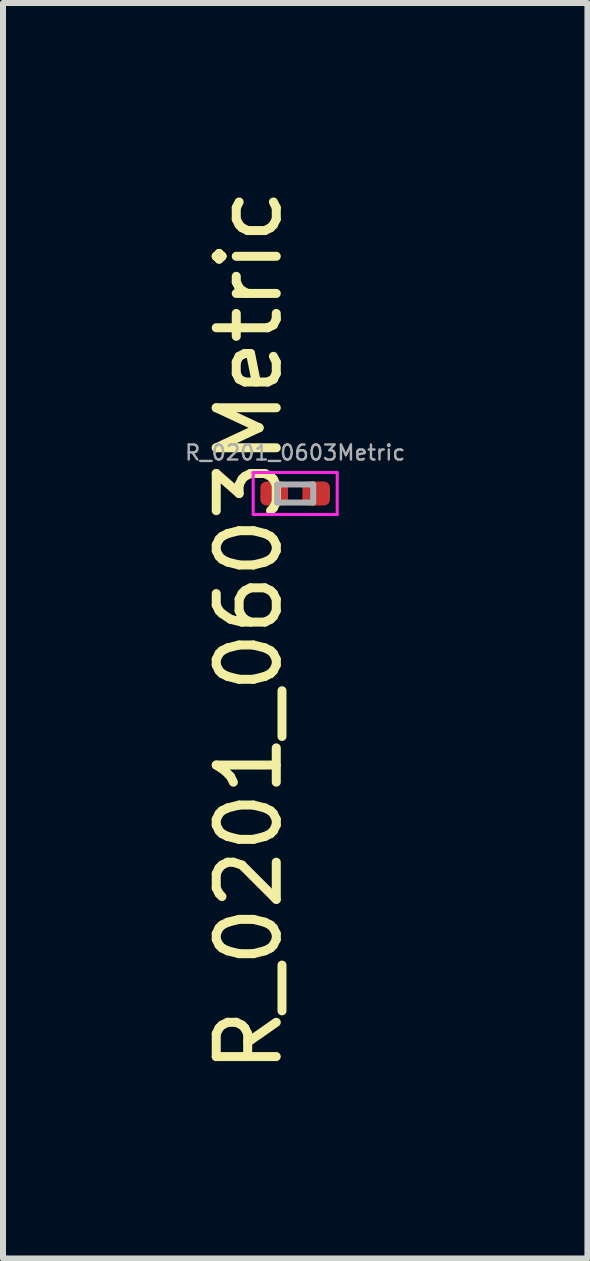
<source format=kicad_pcb>
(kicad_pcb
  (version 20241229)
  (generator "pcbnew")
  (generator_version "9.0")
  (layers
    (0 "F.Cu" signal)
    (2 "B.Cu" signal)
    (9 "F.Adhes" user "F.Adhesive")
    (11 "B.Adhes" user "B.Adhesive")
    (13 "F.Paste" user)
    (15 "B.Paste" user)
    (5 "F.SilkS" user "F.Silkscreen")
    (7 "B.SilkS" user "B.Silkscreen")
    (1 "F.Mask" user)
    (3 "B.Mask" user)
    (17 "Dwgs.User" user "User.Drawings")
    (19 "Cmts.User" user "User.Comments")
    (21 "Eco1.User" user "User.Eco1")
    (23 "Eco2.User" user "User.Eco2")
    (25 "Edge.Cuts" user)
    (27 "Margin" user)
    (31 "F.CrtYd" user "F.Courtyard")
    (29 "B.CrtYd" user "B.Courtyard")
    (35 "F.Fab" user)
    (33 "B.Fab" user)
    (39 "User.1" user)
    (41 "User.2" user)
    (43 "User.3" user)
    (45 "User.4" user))
  (footprint "R_0201_0603Metric"
    (layer "F.Cu")
    (at 1.868 5.172)
    (property "Reference" "R_0201_0603Metric" (at -0.77 2.286 270) (layer "F.SilkS") (effects (font (size 1 1) (thickness 0.15))))
    (attr smd)
    (fp_line (start -0.7 -0.35) (end 0.7 -0.35) (stroke (width 0.05) (type solid)) (layer "F.CrtYd"))
    (fp_line (start -0.7 0.35) (end -0.7 -0.35) (stroke (width 0.05) (type solid)) (layer "F.CrtYd"))
    (fp_line (start 0.7 -0.35) (end 0.7 0.35) (stroke (width 0.05) (type solid)) (layer "F.CrtYd"))
    (fp_line (start 0.7 0.35) (end -0.7 0.35) (stroke (width 0.05) (type solid)) (layer "F.CrtYd"))
    (fp_line (start -0.3 -0.15) (end 0.3 -0.15) (stroke (width 0.1) (type solid)) (layer "F.Fab"))
    (fp_line (start -0.3 0.15) (end -0.3 -0.15) (stroke (width 0.1) (type solid)) (layer "F.Fab"))
    (fp_line (start 0.3 -0.15) (end 0.3 0.15) (stroke (width 0.1) (type solid)) (layer "F.Fab"))
    (fp_line (start 0.3 0.15) (end -0.3 0.15) (stroke (width 0.1) (type solid)) (layer "F.Fab"))
    (fp_text user "${REFERENCE}" (at 0 -0.68 180) (layer "F.Fab") (effects (font (size 0.25 0.25) (thickness 0.04))))
    (pad "" smd roundrect (at -0.345 0) (size 0.318 0.36) (layers "F.Paste") (roundrect_rratio 0.25))
    (pad "" smd roundrect (at 0.345 0) (size 0.318 0.36) (layers "F.Paste") (roundrect_rratio 0.25))
    (pad "1" smd roundrect (at -0.35 0) (size 0.46 0.4) (layers "F.Cu" "F.Mask") (roundrect_rratio 0.25))
    (pad "2" smd roundrect (at 0.35 0) (size 0.46 0.4) (layers "F.Cu" "F.Mask") (roundrect_rratio 0.25)))
  (gr_rect
    (start -3 -3)
    (end 6.737 17.917)
    (stroke (width 0.1) (type default))
    (fill no)
    (layer "Edge.Cuts")))
</source>
